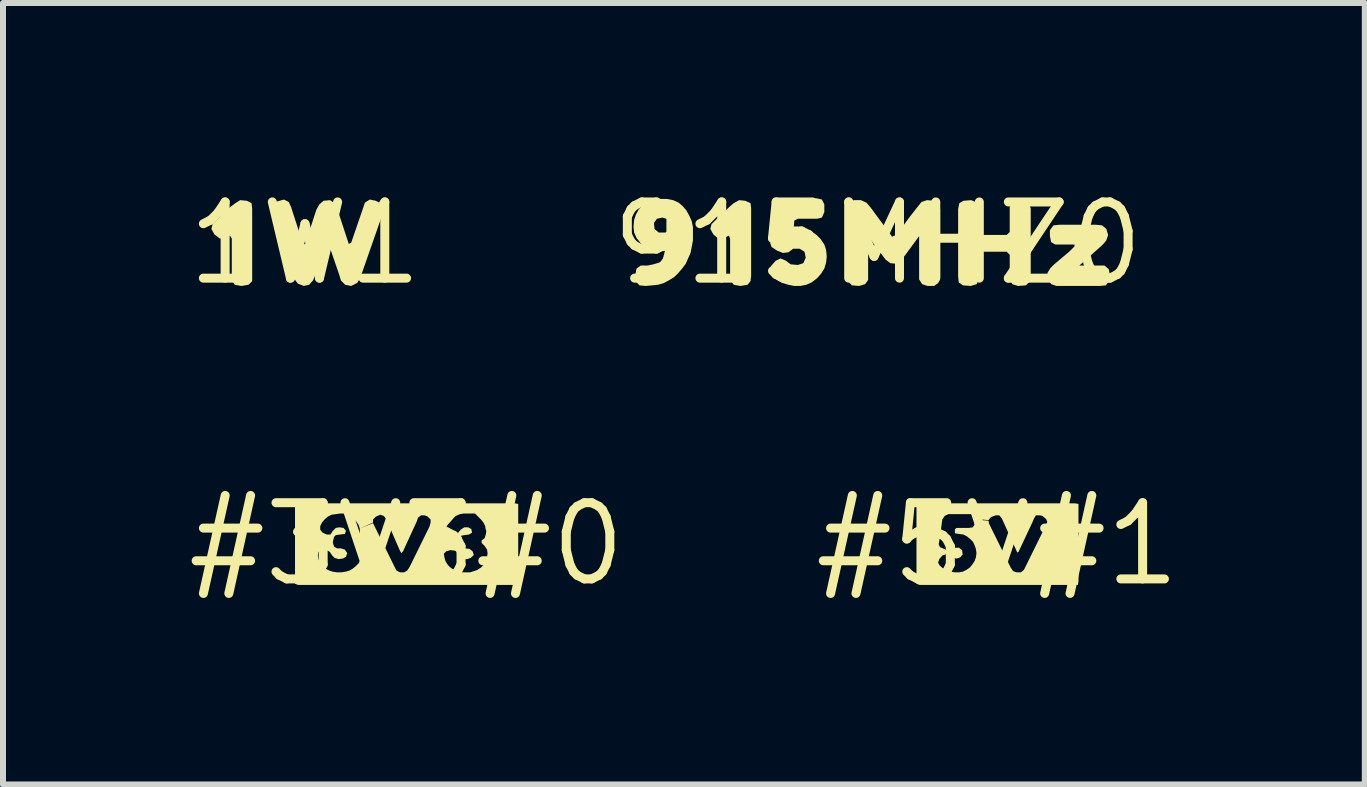
<source format=kicad_pcb>
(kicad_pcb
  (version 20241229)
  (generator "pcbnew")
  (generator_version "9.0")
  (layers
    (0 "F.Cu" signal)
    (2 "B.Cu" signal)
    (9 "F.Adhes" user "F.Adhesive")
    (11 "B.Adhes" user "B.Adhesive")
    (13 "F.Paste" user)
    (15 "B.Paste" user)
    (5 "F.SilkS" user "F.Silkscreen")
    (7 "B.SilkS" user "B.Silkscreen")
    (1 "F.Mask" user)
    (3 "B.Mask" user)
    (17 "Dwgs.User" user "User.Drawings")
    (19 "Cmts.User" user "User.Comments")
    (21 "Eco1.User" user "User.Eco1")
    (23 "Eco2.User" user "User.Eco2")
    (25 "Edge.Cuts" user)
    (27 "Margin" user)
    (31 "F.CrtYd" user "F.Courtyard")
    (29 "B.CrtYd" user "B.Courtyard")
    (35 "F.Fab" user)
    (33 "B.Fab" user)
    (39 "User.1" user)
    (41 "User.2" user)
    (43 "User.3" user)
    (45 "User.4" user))
  (footprint "915MHZ0"
    (layer "F.Cu")
    (at 11.579 1.006)
    (property "Reference" "915MHZ0" (at 0 0 0) (layer "F.SilkS") (effects (font (size 1.27 1.27) (thickness 0.15))))
    (attr through_hole)
    (fp_poly (pts (xy -2.4 -0.67) (xy -2.47 -0.61) (xy -2.69 -0.4) (xy -2.77 -0.32) (xy -2.79 -0.24) (xy -2.74 -0.15) (xy -2.66 -0.08) (xy -2.58 -0.08) (xy -2.48 -0.13) (xy -2.46 -0.08) (xy -2.46 0.52) (xy -2.45 0.62) (xy -2.4 0.69) (xy -2.29 0.71) (xy -2.17 0.69) (xy -2.12 0.63) (xy -2.11 0.54) (xy -2.11 -0.58) (xy -2.12 -0.67) (xy -2.21 -0.71) (xy -2.31 -0.72)) (stroke (width 0) (type solid)) (fill yes) (layer "F.SilkS"))
    (fp_poly (pts (xy 3.36 0.37) (xy 3.73 0.04) (xy 3.77 0) (xy 3.81 -0.05) (xy 3.84 -0.14) (xy 3.81 -0.24) (xy 3.74 -0.3) (xy 3.64 -0.31) (xy 3.03 -0.31) (xy 2.93 -0.3) (xy 2.87 -0.22) (xy 2.87 -0.12) (xy 2.89 -0.02) (xy 2.96 0.02) (xy 3.08 0.02) (xy 3.28 0.02) (xy 3.28 0.05) (xy 3.19 0.14) (xy 2.94 0.35) (xy 2.88 0.41) (xy 2.83 0.49) (xy 2.83 0.59) (xy 2.89 0.68) (xy 2.98 0.71) (xy 3.7 0.71) (xy 3.8 0.7) (xy 3.86 0.63) (xy 3.87 0.52) (xy 3.85 0.43) (xy 3.78 0.37) (xy 3.67 0.37)) (stroke (width 0) (type solid)) (fill yes) (layer "F.SilkS"))
    (fp_poly (pts (xy 2.24 -0.69) (xy 2.2 -0.6) (xy 2.2 -0.19) (xy 2.15 -0.14) (xy 1.74 -0.14) (xy 1.69 -0.19) (xy 1.69 -0.5) (xy 1.68 -0.61) (xy 1.65 -0.68) (xy 1.56 -0.72) (xy 1.43 -0.71) (xy 1.36 -0.67) (xy 1.34 -0.57) (xy 1.34 0.55) (xy 1.35 0.65) (xy 1.42 0.7) (xy 1.55 0.71) (xy 1.65 0.68) (xy 1.68 0.6) (xy 1.69 0.5) (xy 1.69 0.19) (xy 1.74 0.14) (xy 2.15 0.14) (xy 2.2 0.19) (xy 2.2 0.5) (xy 2.21 0.6) (xy 2.24 0.68) (xy 2.34 0.71) (xy 2.47 0.7) (xy 2.53 0.64) (xy 2.55 0.55) (xy 2.55 -0.58) (xy 2.52 -0.67) (xy 2.44 -0.72) (xy 2.33 -0.72)) (stroke (width 0) (type solid)) (fill yes) (layer "F.SilkS"))
    (fp_poly (pts (xy 1.02 -0.66) (xy 0.95 -0.71) (xy 0.82 -0.72) (xy 0.73 -0.69) (xy 0.65 -0.59) (xy 0.54 -0.45) (xy 0.32 -0.15) (xy 0.24 -0.11) (xy -0.12 -0.6) (xy -0.19 -0.68) (xy -0.28 -0.72) (xy -0.4 -0.72) (xy -0.47 -0.68) (xy -0.5 -0.58) (xy -0.5 0.54) (xy -0.49 0.64) (xy -0.43 0.7) (xy -0.31 0.71) (xy -0.21 0.68) (xy -0.16 0.61) (xy -0.16 -0.1) (xy -0.14 -0.09) (xy 0.13 0.27) (xy 0.21 0.33) (xy 0.31 0.34) (xy 0.39 0.29) (xy 0.44 0.22) (xy 0.69 -0.12) (xy 0.69 0.49) (xy 0.69 0.6) (xy 0.74 0.68) (xy 0.83 0.71) (xy 0.94 0.71) (xy 1.01 0.66) (xy 1.04 0.56) (xy 1.04 -0.57)) (stroke (width 0) (type solid)) (fill yes) (layer "F.SilkS"))
    (fp_poly (pts (xy -1.53 -0.75) (xy -1.63 -0.72) (xy -1.69 -0.64) (xy -1.71 -0.58) (xy -1.76 -0.19) (xy -1.79 0) (xy -1.77 0.06) (xy -1.68 0.12) (xy -1.58 0.16) (xy -1.49 0.15) (xy -1.41 0.09) (xy -1.3 0.09) (xy -1.22 0.14) (xy -1.2 0.24) (xy -1.24 0.33) (xy -1.33 0.36) (xy -1.45 0.35) (xy -1.53 0.29) (xy -1.62 0.25) (xy -1.7 0.29) (xy -1.78 0.38) (xy -1.81 0.46) (xy -1.76 0.54) (xy -1.68 0.61) (xy -1.59 0.66) (xy -1.49 0.69) (xy -1.39 0.71) (xy -1.29 0.71) (xy -1.19 0.69) (xy -1.1 0.65) (xy -1.01 0.58) (xy -0.94 0.5) (xy -0.89 0.42) (xy -0.86 0.32) (xy -0.85 0.22) (xy -0.86 0.11) (xy -0.89 0.02) (xy -0.95 -0.07) (xy -1.02 -0.14) (xy -1.11 -0.2) (xy -1.2 -0.24) (xy -1.3 -0.26) (xy -1.4 -0.26) (xy -1.39 -0.38) (xy -1.33 -0.41) (xy -1.01 -0.41) (xy -0.93 -0.43) (xy -0.89 -0.52) (xy -0.89 -0.65) (xy -0.93 -0.73) (xy -1.01 -0.75)) (stroke (width 0) (type solid)) (fill yes) (layer "F.SilkS"))
    (fp_poly (pts (xy -4.07 -0.27) (xy -4.06 -0.18) (xy -4.02 -0.09) (xy -3.95 0) (xy -3.87 0.06) (xy -3.78 0.1) (xy -3.68 0.13) (xy -3.58 0.13) (xy -3.48 0.11) (xy -3.54 -0.18) (xy -3.65 -0.18) (xy -3.72 -0.24) (xy -3.73 -0.34) (xy -3.68 -0.41) (xy -3.59 -0.43) (xy -3.49 -0.4) (xy -3.44 -0.32) (xy -3.46 -0.23) (xy -3.54 -0.18) (xy -3.48 0.11) (xy -3.49 0.17) (xy -3.56 0.26) (xy -3.64 0.32) (xy -3.74 0.35) (xy -3.84 0.37) (xy -3.95 0.37) (xy -4.02 0.42) (xy -4.04 0.52) (xy -4.03 0.64) (xy -3.97 0.7) (xy -3.87 0.71) (xy -3.76 0.7) (xy -3.66 0.69) (xy -3.56 0.66) (xy -3.47 0.61) (xy -3.39 0.56) (xy -3.32 0.49) (xy -3.26 0.42) (xy -3.2 0.34) (xy -3.16 0.25) (xy -3.12 0.16) (xy -3.1 0.06) (xy -3.08 -0.05) (xy -3.08 -0.16) (xy -3.08 -0.27) (xy -3.1 -0.37) (xy -3.14 -0.46) (xy -3.19 -0.55) (xy -3.25 -0.62) (xy -3.32 -0.68) (xy -3.41 -0.72) (xy -3.51 -0.74) (xy -3.63 -0.74) (xy -3.73 -0.73) (xy -3.82 -0.69) (xy -3.91 -0.64) (xy -3.98 -0.57) (xy -4.03 -0.48) (xy -4.06 -0.39) (xy -4.07 -0.28)) (stroke (width 0) (type solid)) (fill yes) (layer "F.SilkS")))
  (footprint "#3V3#0"
    (layer "F.Cu")
    (at 3.727 6.019)
    (property "Reference" "#3V3#0" (at 0 0 0) (layer "F.SilkS") (effects (font (size 1.27 1.27) (thickness 0.15))))
    (attr through_hole)
    (fp_poly (pts (xy -1.57 -0.68) (xy -1.84 -0.68) (xy -1.86 -0.63) (xy -1.86 0.66) (xy -1.81 0.68) (xy 1.85 0.68) (xy 1.86 0.62) (xy 1.86 -0.67) (xy 1.8 -0.68) (xy -1.52 -0.68) (xy -1.36 -0.42) (xy -1.31 -0.46) (xy -1.25 -0.49) (xy -1.18 -0.5) (xy -1.11 -0.51) (xy -0.98 -0.51) (xy -0.94 -0.48) (xy -0.89 -0.43) (xy -0.84 -0.38) (xy -0.8 -0.32) (xy -0.78 -0.26) (xy -0.56 -0.36) (xy -0.56 -0.41) (xy -0.51 -0.46) (xy -0.44 -0.49) (xy -0.38 -0.47) (xy -0.35 -0.43) (xy -0.32 -0.37) (xy -0.12 0.09) (xy -0.09 0.15) (xy -0.06 0.12) (xy 0.17 -0.38) (xy 0.19 -0.44) (xy 0.24 -0.48) (xy 0.3 -0.48) (xy 0.35 -0.46) (xy 0.4 -0.41) (xy 0.4 -0.36) (xy 0.66 -0.27) (xy 0.68 -0.33) (xy 0.72 -0.39) (xy 0.77 -0.44) (xy 0.82 -0.47) (xy 0.89 -0.5) (xy 0.95 -0.51) (xy 1.09 -0.51) (xy 1.14 -0.51) (xy 1.24 -0.41) (xy 1.28 -0.36) (xy 1.31 -0.3) (xy 1.33 -0.23) (xy 1.32 -0.16) (xy 1.3 -0.1) (xy 1.25 -0.06) (xy 1.25 -0.02) (xy 1.3 0.03) (xy 1.34 0.09) (xy 1.35 0.15) (xy 1.34 0.22) (xy 1.32 0.29) (xy 1.29 0.34) (xy 1.24 0.39) (xy 1.18 0.43) (xy 1.12 0.45) (xy 1.06 0.47) (xy 0.99 0.47) (xy 0.91 0.47) (xy 0.85 0.45) (xy 0.79 0.43) (xy 0.73 0.39) (xy 0.69 0.35) (xy 0.65 0.29) (xy 0.63 0.22) (xy 0.62 0.16) (xy 0.66 0.12) (xy 0.73 0.1) (xy 0.81 0.11) (xy 0.85 0.15) (xy 0.88 0.21) (xy 0.94 0.25) (xy 1.01 0.25) (xy 1.07 0.23) (xy 1.12 0.18) (xy 1.1 0.12) (xy 1.05 0.08) (xy 0.97 0.07) (xy 0.92 0.06) (xy 0.89 0.01) (xy 0.88 -0.08) (xy 0.91 -0.14) (xy 0.96 -0.15) (xy 1.04 -0.16) (xy 1.09 -0.19) (xy 1.08 -0.25) (xy 1.03 -0.28) (xy 0.96 -0.28) (xy 0.9 -0.24) (xy 0.86 -0.19) (xy 0.81 -0.16) (xy 0.75 -0.17) (xy 0.68 -0.21) (xy 0.66 -0.27) (xy 0.4 -0.36) (xy 0.38 -0.29) (xy 0.05 0.38) (xy 0.01 0.44) (xy -0.04 0.47) (xy -0.11 0.47) (xy -0.17 0.44) (xy -0.2 0.38) (xy -0.53 -0.29) (xy -0.56 -0.35) (xy -0.78 -0.26) (xy -0.78 -0.2) (xy -0.79 -0.13) (xy -0.83 -0.08) (xy -0.88 -0.04) (xy -0.82 0.01) (xy -0.78 0.06) (xy -0.76 0.12) (xy -0.76 0.19) (xy -0.77 0.26) (xy -0.8 0.32) (xy -0.85 0.37) (xy -0.9 0.41) (xy -0.95 0.44) (xy -1.02 0.46) (xy -1.09 0.47) (xy -1.16 0.47) (xy -1.23 0.46) (xy -1.29 0.44) (xy -1.35 0.41) (xy -1.4 0.37) (xy -1.44 0.32) (xy -1.47 0.25) (xy -1.48 0.19) (xy -1.47 0.13) (xy -1.41 0.11) (xy -1.33 0.1) (xy -1.28 0.13) (xy -1.24 0.19) (xy -1.2 0.23) (xy -1.13 0.25) (xy -1.06 0.24) (xy -1.01 0.21) (xy -0.99 0.15) (xy -1.03 0.09) (xy -1.1 0.07) (xy -1.16 0.07) (xy -1.21 0.04) (xy -1.23 -0.03) (xy -1.21 -0.12) (xy -1.18 -0.15) (xy -1.11 -0.16) (xy -1.03 -0.17) (xy -1.01 -0.22) (xy -1.05 -0.27) (xy -1.12 -0.28) (xy -1.18 -0.27) (xy -1.23 -0.22) (xy -1.27 -0.16) (xy -1.33 -0.16) (xy -1.4 -0.19) (xy -1.44 -0.24) (xy -1.44 -0.3) (xy -1.41 -0.36) (xy -1.36 -0.42) (xy -1.52 -0.68)) (stroke (width 0) (type solid)) (fill yes) (layer "F.SilkS")))
  (footprint "#5V#1"
    (layer "F.Cu")
    (at 13.575 6.019)
    (property "Reference" "#5V#1" (at 0 0 0) (layer "F.SilkS") (effects (font (size 1.27 1.27) (thickness 0.15))))
    (attr through_hole)
    (fp_poly (pts (xy -1.06 -0.68) (xy -1.33 -0.68) (xy -1.35 -0.63) (xy -1.35 0.66) (xy -1.3 0.68) (xy 1.34 0.68) (xy 1.35 0.62) (xy 1.35 -0.67) (xy 1.29 -0.68) (xy -1.01 -0.68) (xy -0.88 -0.47) (xy -0.82 -0.5) (xy -0.79 -0.5) (xy -0.51 -0.5) (xy -0.44 -0.5) (xy -0.39 -0.48) (xy -0.37 -0.42) (xy -0.15 -0.4) (xy -0.11 -0.45) (xy -0.03 -0.48) (xy 0.03 -0.48) (xy 0.07 -0.43) (xy 0.09 -0.39) (xy 0.33 0.14) (xy 0.35 0.13) (xy 0.58 -0.36) (xy 0.61 -0.43) (xy 0.64 -0.48) (xy 0.71 -0.48) (xy 0.75 -0.47) (xy 0.81 -0.42) (xy 0.83 -0.37) (xy 0.8 -0.3) (xy 0.47 0.37) (xy 0.44 0.43) (xy 0.39 0.47) (xy 0.32 0.47) (xy 0.26 0.45) (xy 0.22 0.39) (xy -0.14 -0.34) (xy -0.15 -0.39) (xy -0.37 -0.41) (xy -0.38 -0.33) (xy -0.41 -0.28) (xy -0.48 -0.27) (xy -0.68 -0.27) (xy -0.71 -0.25) (xy -0.71 -0.18) (xy -0.64 -0.17) (xy -0.57 -0.16) (xy -0.51 -0.13) (xy -0.46 -0.09) (xy -0.41 -0.04) (xy -0.38 0.02) (xy -0.36 0.08) (xy -0.35 0.15) (xy -0.36 0.22) (xy -0.38 0.28) (xy -0.42 0.34) (xy -0.46 0.39) (xy -0.52 0.43) (xy -0.58 0.46) (xy -0.64 0.47) (xy -0.71 0.47) (xy -0.78 0.46) (xy -0.84 0.44) (xy -0.9 0.41) (xy -0.96 0.36) (xy -0.99 0.31) (xy -0.97 0.25) (xy -0.92 0.19) (xy -0.86 0.17) (xy -0.81 0.19) (xy -0.75 0.23) (xy -0.68 0.24) (xy -0.62 0.22) (xy -0.58 0.17) (xy -0.59 0.1) (xy -0.64 0.06) (xy -0.72 0.06) (xy -0.77 0.09) (xy -0.83 0.11) (xy -0.89 0.08) (xy -0.96 0.05) (xy -0.98 0) (xy -0.96 -0.11) (xy -0.92 -0.41) (xy -0.88 -0.47) (xy -1.01 -0.68)) (stroke (width 0) (type solid)) (fill yes) (layer "F.SilkS")))
  (footprint "1W1"
    (layer "F.Cu")
    (at 2.033 1.006)
    (property "Reference" "1W1" (at 0 0 0) (layer "F.SilkS") (effects (font (size 1.27 1.27) (thickness 0.15))))
    (attr through_hole)
    (fp_poly (pts (xy -1.16 -0.67) (xy -1.24 -0.61) (xy -1.46 -0.4) (xy -1.54 -0.32) (xy -1.56 -0.24) (xy -1.51 -0.15) (xy -1.42 -0.08) (xy -1.34 -0.08) (xy -1.25 -0.13) (xy -1.22 -0.08) (xy -1.22 0.52) (xy -1.22 0.62) (xy -1.17 0.69) (xy -1.06 0.71) (xy -0.94 0.69) (xy -0.88 0.63) (xy -0.88 0.54) (xy -0.88 -0.58) (xy -0.89 -0.67) (xy -0.97 -0.71) (xy -1.08 -0.72)) (stroke (width 0) (type solid)) (fill yes) (layer "F.SilkS"))
    (fp_poly (pts (xy 1.18 -0.71) (xy 1.08 -0.73) (xy 1 -0.68) (xy 0.77 -0.01) (xy 0.73 0.01) (xy 0.54 -0.57) (xy 0.5 -0.66) (xy 0.42 -0.72) (xy 0.31 -0.71) (xy 0.24 -0.65) (xy 0.19 -0.56) (xy 0 0.02) (xy -0.04 -0.01) (xy -0.23 -0.6) (xy -0.27 -0.69) (xy -0.35 -0.73) (xy -0.46 -0.7) (xy -0.55 -0.64) (xy -0.57 -0.57) (xy -0.55 -0.47) (xy -0.18 0.59) (xy -0.12 0.67) (xy -0.02 0.71) (xy 0.07 0.69) (xy 0.14 0.61) (xy 0.16 0.54) (xy 0.26 0.26) (xy 0.31 0.11) (xy 0.37 -0.06) (xy 0.57 0.52) (xy 0.6 0.62) (xy 0.67 0.69) (xy 0.77 0.71) (xy 0.87 0.66) (xy 0.92 0.58) (xy 1.29 -0.48) (xy 1.32 -0.58) (xy 1.29 -0.65)) (stroke (width 0) (type solid)) (fill yes) (layer "F.SilkS")))
  (gr_rect
    (start -3 -3)
    (end 19.697 10.025)
    (stroke (width 0.1) (type default))
    (fill no)
    (layer "Edge.Cuts")))
</source>
